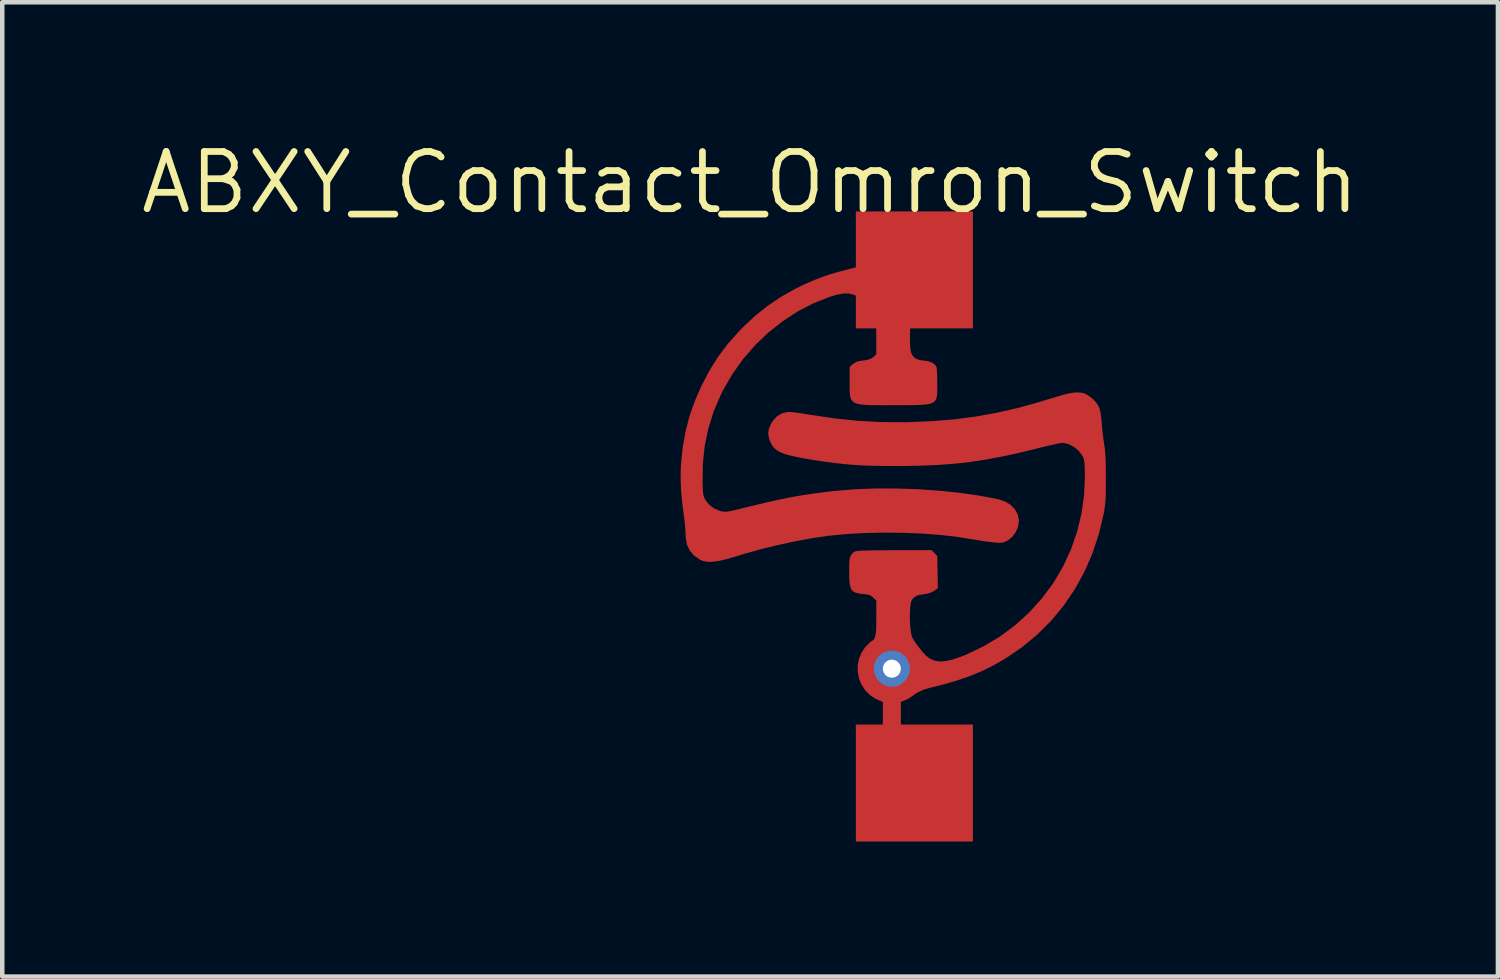
<source format=kicad_pcb>
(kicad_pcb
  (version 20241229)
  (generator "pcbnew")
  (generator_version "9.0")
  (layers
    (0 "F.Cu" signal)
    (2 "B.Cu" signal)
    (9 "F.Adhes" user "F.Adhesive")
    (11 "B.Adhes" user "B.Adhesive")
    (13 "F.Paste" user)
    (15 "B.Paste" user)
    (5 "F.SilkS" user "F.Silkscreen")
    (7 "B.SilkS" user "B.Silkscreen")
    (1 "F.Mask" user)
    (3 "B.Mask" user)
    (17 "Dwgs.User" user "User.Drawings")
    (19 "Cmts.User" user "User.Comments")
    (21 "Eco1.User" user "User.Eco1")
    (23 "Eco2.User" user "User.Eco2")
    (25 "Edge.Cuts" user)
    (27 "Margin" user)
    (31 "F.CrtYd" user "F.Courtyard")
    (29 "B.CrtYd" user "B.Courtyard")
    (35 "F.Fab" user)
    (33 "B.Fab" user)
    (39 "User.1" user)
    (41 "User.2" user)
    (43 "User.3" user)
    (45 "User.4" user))
  (footprint "ABXY_Contact_Omron_Switch"
    (layer "F.Cu")
    (at 16.764 7.506)
    (property "Reference" "ABXY_Contact_Omron_Switch" (at -3.15 -6.5 0) (layer "F.SilkS") (effects (font (size 1.27 1.27) (thickness 0.15))))
    (attr through_hole)
    (fp_rect (start -0.8 -5.86) (end 1.8 -3.26) (stroke (width 0) (type solid)) (fill yes) (layer "F.Mask"))
    (fp_rect (start -0.8 5.54) (end 1.8 8.14) (stroke (width 0) (type solid)) (fill yes) (layer "F.Mask"))
    (fp_circle (center 0 0) (end 3.5 0) (stroke (width 0.12) (type solid)) (fill yes) (layer "F.Mask"))
    (pad "1" smd custom (at 0 -4.2) (size 1.524 1.524) (layers "F.Cu" "F.Mask" "F.Paste") (options (anchor circle)) (primitives (gr_rect (start -0.8 -1.66) (end 1.8 0.94) (width 0) (fill yes)) (gr_poly (pts (xy 0.252 -0.691) (xy 0.406 -0.622) (xy 0.542 -0.517) (xy 0.562 -0.495) (xy 0.646 -0.394) (xy 0.702 -0.297) (xy 0.735 -0.19) (xy 0.749 -0.061) (xy 0.75 0.007) (xy 0.748 0.108) (xy 0.742 0.179) (xy 0.729 0.235) (xy 0.707 0.289) (xy 0.694 0.315) (xy 0.647 0.392) (xy 0.588 0.478) (xy 0.55 0.527) (xy 0.494 0.603) (xy 0.453 0.683) (xy 0.424 0.775) (xy 0.407 0.887) (xy 0.398 1.027) (xy 0.396 1.134) (xy 0.398 1.282) (xy 0.406 1.394) (xy 0.423 1.478) (xy 0.451 1.54) (xy 0.49 1.586) (xy 0.532 1.616) (xy 0.614 1.648) (xy 0.697 1.659) (xy 0.796 1.671) (xy 0.884 1.701) (xy 0.951 1.746) (xy 0.987 1.799) (xy 0.987 1.8) (xy 0.993 1.842) (xy 0.998 1.917) (xy 1.002 2.016) (xy 1.004 2.128) (xy 1.004 2.167) (xy 1.004 2.278) (xy 1.003 2.371) (xy 0.996 2.447) (xy 0.98 2.506) (xy 0.952 2.552) (xy 0.907 2.587) (xy 0.842 2.61) (xy 0.754 2.626) (xy 0.638 2.635) (xy 0.492 2.639) (xy 0.311 2.641) (xy 0.092 2.641) (xy 0.051 2.641) (xy -0.178 2.642) (xy -0.369 2.641) (xy -0.525 2.638) (xy -0.649 2.63) (xy -0.745 2.615) (xy -0.817 2.592) (xy -0.867 2.558) (xy -0.901 2.512) (xy -0.921 2.451) (xy -0.93 2.375) (xy -0.933 2.28) (xy -0.933 2.166) (xy -0.933 2.119) (xy -0.933 1.803) (xy -0.874 1.744) (xy -0.791 1.69) (xy -0.725 1.672) (xy -0.642 1.659) (xy -0.556 1.647) (xy -0.548 1.645) (xy -0.451 1.612) (xy -0.399 1.573) (xy -0.34 1.514) (xy -0.341 1.136) (xy -0.342 0.974) (xy -0.349 0.846) (xy -0.363 0.742) (xy -0.389 0.656) (xy -0.429 0.577) (xy -0.486 0.498) (xy -0.564 0.409) (xy -0.632 0.338) (xy -0.732 0.248) (xy -0.835 0.189) (xy -0.946 0.16) (xy -1.073 0.159) (xy -1.221 0.185) (xy -1.372 0.23) (xy -1.74 0.375) (xy -2.094 0.558) (xy -2.43 0.777) (xy -2.747 1.028) (xy -3.041 1.309) (xy -3.308 1.616) (xy -3.545 1.948) (xy -3.75 2.302) (xy -3.809 2.421) (xy -3.966 2.79) (xy -4.083 3.164) (xy -4.162 3.547) (xy -4.204 3.944) (xy -4.21 4.339) (xy -4.207 4.463) (xy -4.203 4.554) (xy -4.196 4.619) (xy -4.186 4.667) (xy -4.171 4.707) (xy -4.151 4.747) (xy -4.15 4.748) (xy -4.064 4.86) (xy -3.949 4.946) (xy -3.816 5.001) (xy -3.8 5.005) (xy -3.762 5.013) (xy -3.727 5.017) (xy -3.688 5.018) (xy -3.641 5.013) (xy -3.578 5.001) (xy -3.495 4.983) (xy -3.385 4.957) (xy -3.243 4.922) (xy -3.159 4.901) (xy -2.824 4.82) (xy -2.519 4.751) (xy -2.233 4.694) (xy -1.956 4.646) (xy -1.677 4.605) (xy -1.386 4.569) (xy -1.208 4.55) (xy -0.789 4.517) (xy -0.345 4.501) (xy 0.114 4.502) (xy 0.58 4.518) (xy 1.042 4.55) (xy 1.493 4.596) (xy 1.922 4.657) (xy 2.322 4.731) (xy 2.365 4.741) (xy 2.513 4.79) (xy 2.635 4.865) (xy 2.73 4.961) (xy 2.792 5.074) (xy 2.817 5.2) (xy 2.817 5.212) (xy 2.8 5.339) (xy 2.751 5.458) (xy 2.677 5.561) (xy 2.584 5.641) (xy 2.478 5.689) (xy 2.457 5.694) (xy 2.387 5.698) (xy 2.281 5.692) (xy 2.138 5.675) (xy 1.956 5.648) (xy 1.776 5.617) (xy 1.423 5.562) (xy 1.039 5.52) (xy 0.633 5.491) (xy 0.214 5.475) (xy -0.208 5.472) (xy -0.624 5.481) (xy -1.024 5.505) (xy -1.4 5.542) (xy -1.42 5.544) (xy -1.774 5.596) (xy -2.153 5.666) (xy -2.543 5.75) (xy -2.931 5.845) (xy -3.303 5.95) (xy -3.462 5.999) (xy -3.665 6.059) (xy -3.835 6.099) (xy -3.977 6.119) (xy -4.093 6.121) (xy -4.189 6.104) (xy -4.252 6.078) (xy -4.388 5.986) (xy -4.487 5.873) (xy -4.549 5.738) (xy -4.576 5.582) (xy -4.577 5.533) (xy -4.58 5.448) (xy -4.589 5.337) (xy -4.601 5.213) (xy -4.617 5.092) (xy -4.655 4.792) (xy -4.679 4.523) (xy -4.688 4.274) (xy -4.684 4.038) (xy -4.678 3.95) (xy -4.639 3.568) (xy -4.575 3.212) (xy -4.485 2.871) (xy -4.365 2.535) (xy -4.226 2.219) (xy -4.051 1.884) (xy -3.86 1.579) (xy -3.645 1.293) (xy -3.398 1.014) (xy -3.304 0.917) (xy -3.039 0.669) (xy -2.77 0.452) (xy -2.488 0.26) (xy -2.18 0.084) (xy -2.002 -0.005) (xy -1.796 -0.099) (xy -1.594 -0.181) (xy -1.383 -0.253) (xy -1.152 -0.321) (xy -0.943 -0.375) (xy -0.786 -0.416) (xy -0.665 -0.453) (xy -0.573 -0.487) (xy -0.506 -0.521) (xy -0.499 -0.526) (xy -0.386 -0.595) (xy -0.299 -0.644) (xy -0.227 -0.677) (xy -0.163 -0.698) (xy -0.095 -0.712) (xy -0.094 -0.713) (xy 0.084 -0.722) (xy 0.252 -0.691)) (width 0.01) (fill yes))))
    (pad "2" thru_hole circle (at 0 4.3) (size 0.8 0.8) (drill 0.4) (layers "*.Cu" "*.Mask"))
    (pad "2" smd custom (at 0 4.3) (size 1.524 1.524) (layers "F.Cu" "F.Mask" "F.Paste") (options (anchor circle)) (primitives (gr_line (start 0 0) (end 0 2) (width 0.4)) (gr_rect (start -0.8 1.24) (end 1.8 3.84) (width 0) (fill yes)) (gr_poly (pts (xy 4.221 -6.125) (xy 4.302 -6.099) (xy 4.377 -6.056) (xy 4.451 -5.996) (xy 4.472 -5.977) (xy 4.532 -5.914) (xy 4.576 -5.852) (xy 4.608 -5.781) (xy 4.63 -5.693) (xy 4.646 -5.578) (xy 4.656 -5.462) (xy 4.668 -5.333) (xy 4.683 -5.196) (xy 4.699 -5.069) (xy 4.713 -4.98) (xy 4.726 -4.897) (xy 4.735 -4.804) (xy 4.742 -4.694) (xy 4.747 -4.56) (xy 4.749 -4.396) (xy 4.75 -4.238) (xy 4.749 -4.063) (xy 4.748 -3.923) (xy 4.745 -3.809) (xy 4.739 -3.715) (xy 4.732 -3.633) (xy 4.721 -3.555) (xy 4.707 -3.473) (xy 4.703 -3.452) (xy 4.596 -3) (xy 4.453 -2.568) (xy 4.275 -2.158) (xy 4.063 -1.771) (xy 3.817 -1.409) (xy 3.539 -1.072) (xy 3.228 -0.762) (xy 2.887 -0.48) (xy 2.525 -0.233) (xy 2.272 -0.087) (xy 2.014 0.042) (xy 1.741 0.156) (xy 1.447 0.257) (xy 1.125 0.351) (xy 0.858 0.417) (xy 0.713 0.458) (xy 0.587 0.515) (xy 0.516 0.556) (xy 0.435 0.605) (xy 0.359 0.647) (xy 0.301 0.677) (xy 0.292 0.681) (xy 0.186 0.71) (xy 0.062 0.723) (xy -0.061 0.719) (xy -0.088 0.715) (xy -0.231 0.671) (xy -0.369 0.593) (xy -0.491 0.489) (xy -0.587 0.367) (xy -0.611 0.322) (xy -0.664 0.173) (xy -0.683 0.008) (xy -0.676 -0.109) (xy -0.658 -0.205) (xy -0.63 -0.287) (xy -0.587 -0.369) (xy -0.52 -0.464) (xy -0.496 -0.496) (xy -0.443 -0.566) (xy -0.404 -0.626) (xy -0.377 -0.684) (xy -0.358 -0.749) (xy -0.347 -0.829) (xy -0.342 -0.931) (xy -0.34 -1.063) (xy -0.34 -1.139) (xy -0.34 -1.512) (xy -0.409 -1.58) (xy -0.451 -1.617) (xy -0.493 -1.64) (xy -0.55 -1.654) (xy -0.633 -1.663) (xy -0.735 -1.676) (xy -0.812 -1.696) (xy -0.867 -1.728) (xy -0.905 -1.78) (xy -0.927 -1.855) (xy -0.939 -1.959) (xy -0.943 -2.098) (xy -0.943 -2.153) (xy -0.943 -2.275) (xy -0.94 -2.362) (xy -0.934 -2.424) (xy -0.925 -2.469) (xy -0.91 -2.505) (xy -0.9 -2.523) (xy -0.863 -2.574) (xy -0.817 -2.6) (xy -0.762 -2.612) (xy -0.72 -2.615) (xy -0.64 -2.618) (xy -0.529 -2.621) (xy -0.392 -2.624) (xy -0.235 -2.626) (xy -0.063 -2.627) (xy 0.106 -2.628) (xy 0.88 -2.629) (xy 0.942 -2.565) (xy 1.004 -2.5) (xy 1.011 -2.145) (xy 1.017 -1.79) (xy 0.935 -1.733) (xy 0.861 -1.694) (xy 0.766 -1.668) (xy 0.698 -1.657) (xy 0.61 -1.644) (xy 0.551 -1.626) (xy 0.507 -1.6) (xy 0.479 -1.574) (xy 0.447 -1.539) (xy 0.427 -1.503) (xy 0.414 -1.454) (xy 0.405 -1.38) (xy 0.4 -1.324) (xy 0.394 -1.189) (xy 0.396 -1.05) (xy 0.405 -0.919) (xy 0.42 -0.803) (xy 0.44 -0.714) (xy 0.454 -0.68) (xy 0.493 -0.616) (xy 0.549 -0.534) (xy 0.616 -0.446) (xy 0.682 -0.365) (xy 0.738 -0.302) (xy 0.758 -0.283) (xy 0.849 -0.216) (xy 0.948 -0.173) (xy 1.058 -0.155) (xy 1.184 -0.162) (xy 1.332 -0.193) (xy 1.505 -0.25) (xy 1.664 -0.312) (xy 2.046 -0.495) (xy 2.408 -0.713) (xy 2.745 -0.964) (xy 3.056 -1.247) (xy 3.338 -1.558) (xy 3.589 -1.897) (xy 3.597 -1.91) (xy 3.808 -2.269) (xy 3.983 -2.646) (xy 4.12 -3.04) (xy 4.218 -3.445) (xy 4.276 -3.858) (xy 4.294 -4.275) (xy 4.292 -4.346) (xy 4.289 -4.467) (xy 4.284 -4.555) (xy 4.278 -4.618) (xy 4.267 -4.664) (xy 4.251 -4.704) (xy 4.229 -4.745) (xy 4.226 -4.751) (xy 4.149 -4.849) (xy 4.048 -4.932) (xy 3.934 -4.991) (xy 3.82 -5.02) (xy 3.789 -5.021) (xy 3.746 -5.016) (xy 3.669 -5.002) (xy 3.564 -4.979) (xy 3.439 -4.951) (xy 3.301 -4.917) (xy 3.213 -4.895) (xy 2.814 -4.798) (xy 2.443 -4.717) (xy 2.09 -4.651) (xy 1.748 -4.599) (xy 1.405 -4.56) (xy 1.053 -4.533) (xy 0.682 -4.516) (xy 0.283 -4.508) (xy 0.094 -4.507) (xy -0.186 -4.509) (xy -0.433 -4.513) (xy -0.656 -4.521) (xy -0.864 -4.534) (xy -1.067 -4.552) (xy -1.273 -4.575) (xy -1.492 -4.604) (xy -1.674 -4.631) (xy -1.904 -4.668) (xy -2.095 -4.704) (xy -2.253 -4.739) (xy -2.38 -4.775) (xy -2.481 -4.816) (xy -2.559 -4.861) (xy -2.619 -4.914) (xy -2.665 -4.977) (xy -2.699 -5.05) (xy -2.725 -5.125) (xy -2.742 -5.227) (xy -2.73 -5.325) (xy -2.685 -5.43) (xy -2.642 -5.5) (xy -2.55 -5.602) (xy -2.438 -5.669) (xy -2.311 -5.698) (xy -2.282 -5.699) (xy -2.226 -5.695) (xy -2.138 -5.685) (xy -2.027 -5.67) (xy -1.903 -5.651) (xy -1.815 -5.636) (xy -1.275 -5.556) (xy -0.753 -5.502) (xy -0.234 -5.474) (xy 0.296 -5.471) (xy 0.39 -5.473) (xy 0.904 -5.495) (xy 1.39 -5.535) (xy 1.86 -5.596) (xy 2.322 -5.679) (xy 2.789 -5.785) (xy 3.271 -5.918) (xy 3.534 -5.999) (xy 3.727 -6.057) (xy 3.887 -6.1) (xy 4.019 -6.125) (xy 4.128 -6.133) (xy 4.221 -6.125)) (width 0.01) (fill yes)))))
  (gr_rect
    (start -3 -3)
    (end 30.229 18.646)
    (stroke (width 0.1) (type default))
    (fill no)
    (layer "Edge.Cuts")))
</source>
